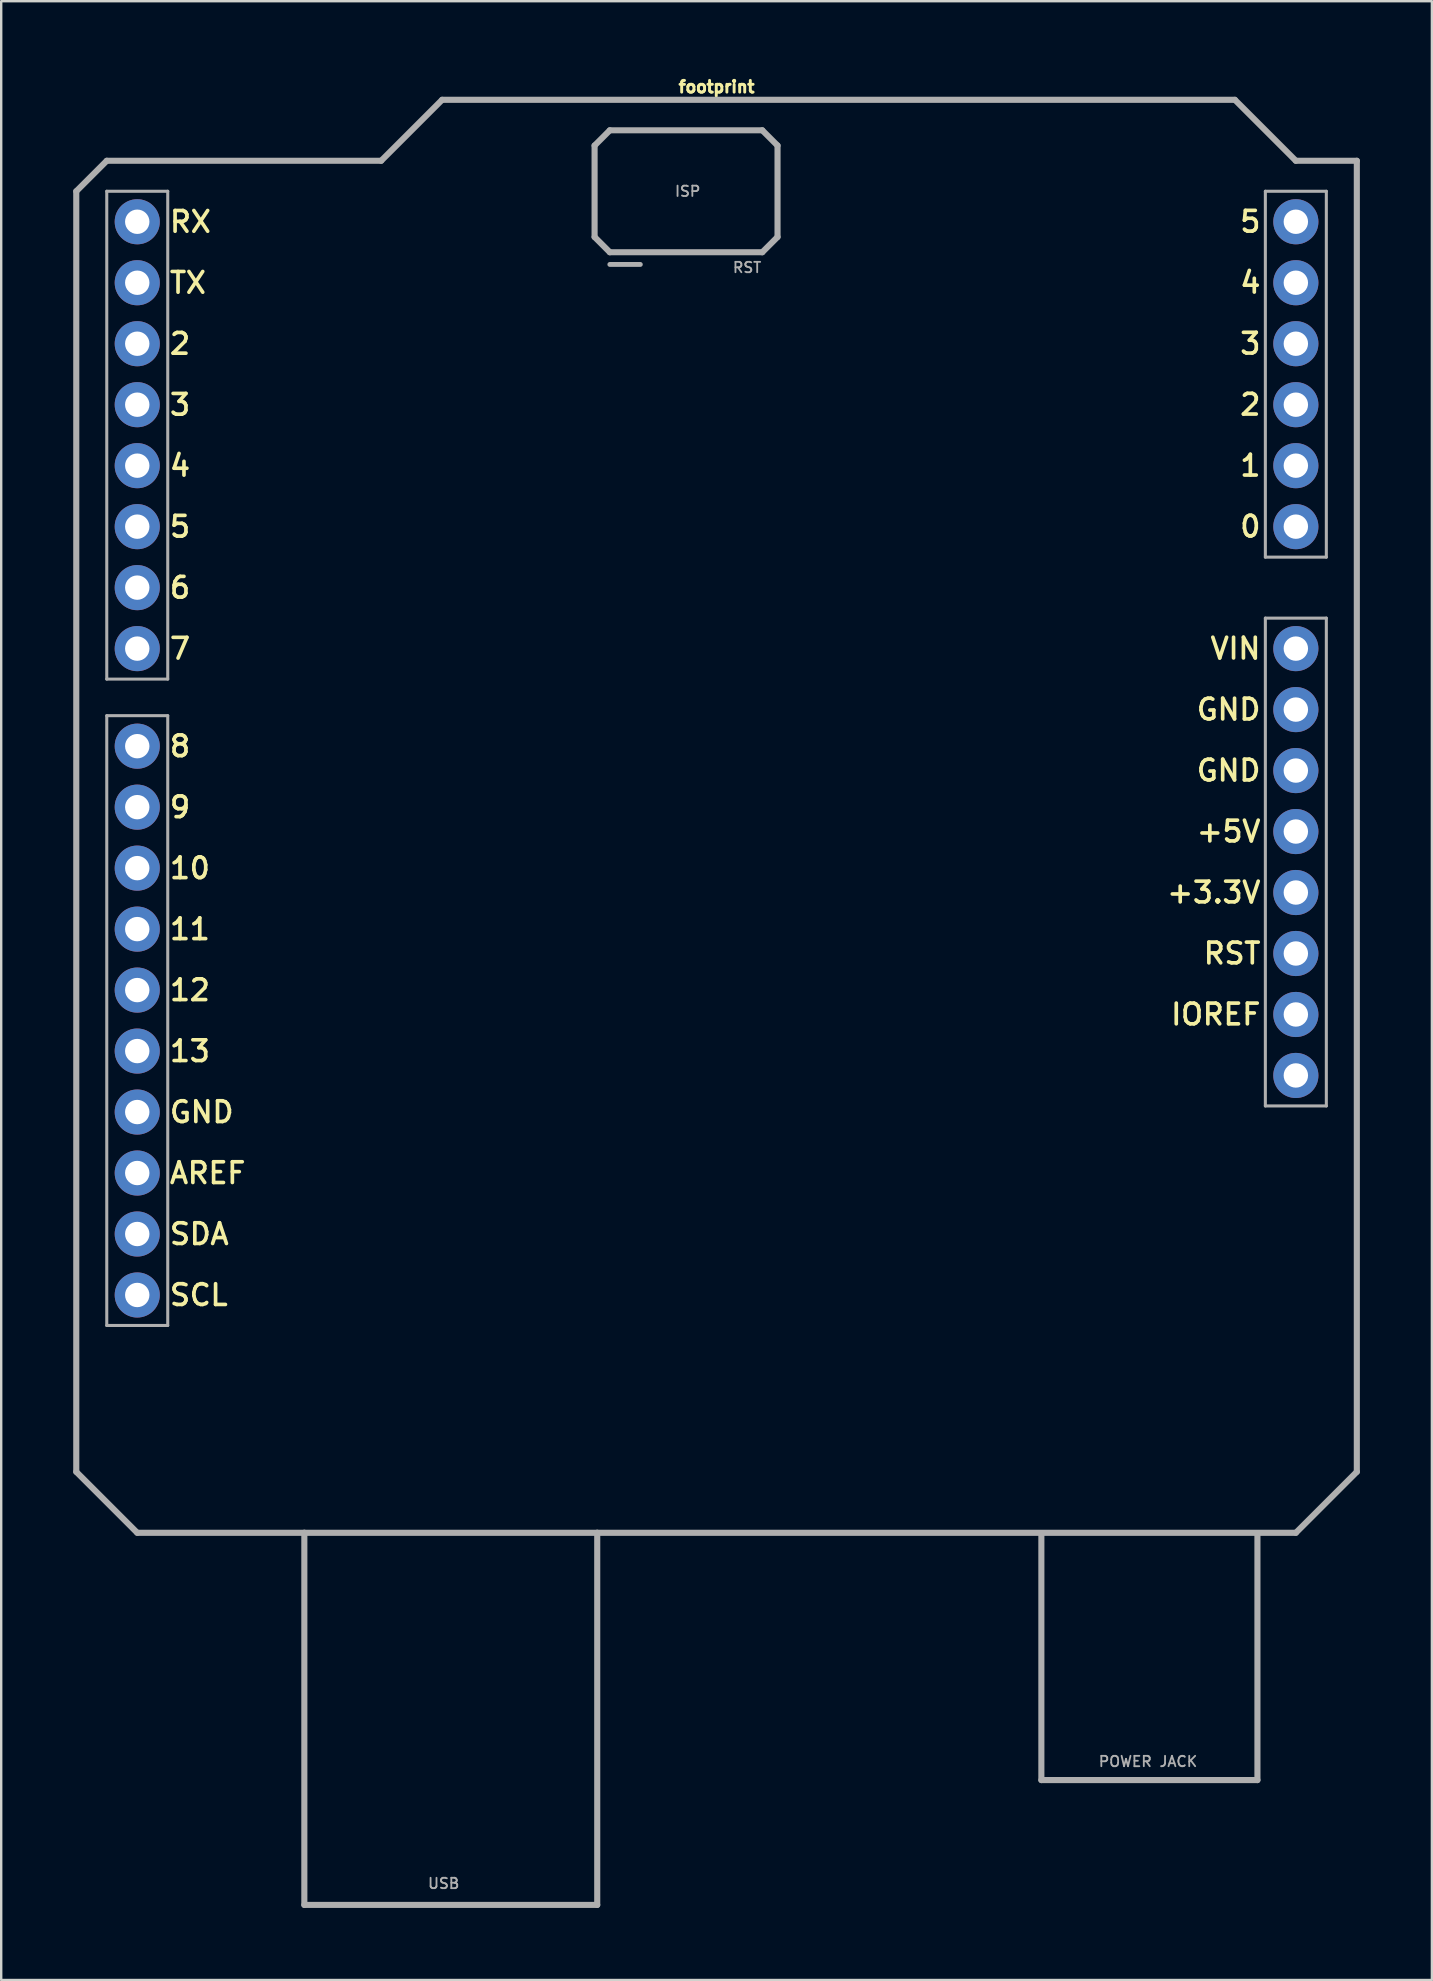
<source format=kicad_pcb>
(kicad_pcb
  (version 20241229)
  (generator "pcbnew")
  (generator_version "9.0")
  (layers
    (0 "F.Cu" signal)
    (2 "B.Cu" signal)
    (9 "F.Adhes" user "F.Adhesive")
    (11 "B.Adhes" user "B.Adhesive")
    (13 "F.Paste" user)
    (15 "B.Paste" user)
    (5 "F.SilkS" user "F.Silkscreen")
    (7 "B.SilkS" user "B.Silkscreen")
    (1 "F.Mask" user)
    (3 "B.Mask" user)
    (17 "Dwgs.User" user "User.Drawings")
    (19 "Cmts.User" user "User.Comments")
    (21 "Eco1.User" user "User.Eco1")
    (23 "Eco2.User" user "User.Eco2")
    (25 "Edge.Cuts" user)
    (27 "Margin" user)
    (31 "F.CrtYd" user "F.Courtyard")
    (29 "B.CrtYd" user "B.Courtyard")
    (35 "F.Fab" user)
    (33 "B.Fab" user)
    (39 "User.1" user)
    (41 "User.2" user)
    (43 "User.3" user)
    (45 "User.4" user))
  (footprint "footprint"
    (layer "F.Cu")
    (at 26.797 31.587)
    (property "Reference" "footprint" (at 0 -30.734 0) (layer "F.SilkS") (effects (font (size 0.488 0.488) (thickness 0.122)) (justify bottom)))
    (fp_line (start -26.67 -26.67) (end -26.67 26.67) (stroke (width 0.254) (type solid)) (layer "F.Fab"))
    (fp_line (start -26.67 26.67) (end -24.13 29.21) (stroke (width 0.254) (type solid)) (layer "F.Fab"))
    (fp_line (start -25.4 -27.94) (end -26.67 -26.67) (stroke (width 0.254) (type solid)) (layer "F.Fab"))
    (fp_line (start -25.4 -26.67) (end -22.86 -26.67) (stroke (width 0.127) (type solid)) (layer "F.Fab"))
    (fp_line (start -25.4 -6.35) (end -25.4 -26.67) (stroke (width 0.127) (type solid)) (layer "F.Fab"))
    (fp_line (start -25.4 -4.826) (end -22.86 -4.826) (stroke (width 0.127) (type solid)) (layer "F.Fab"))
    (fp_line (start -25.4 20.574) (end -25.4 -4.826) (stroke (width 0.127) (type solid)) (layer "F.Fab"))
    (fp_line (start -24.13 29.21) (end -17.17 29.21) (stroke (width 0.254) (type solid)) (layer "F.Fab"))
    (fp_line (start -22.86 -26.67) (end -22.86 -6.35) (stroke (width 0.127) (type solid)) (layer "F.Fab"))
    (fp_line (start -22.86 -6.35) (end -25.4 -6.35) (stroke (width 0.127) (type solid)) (layer "F.Fab"))
    (fp_line (start -22.86 -4.826) (end -22.86 20.574) (stroke (width 0.127) (type solid)) (layer "F.Fab"))
    (fp_line (start -22.86 20.574) (end -25.4 20.574) (stroke (width 0.127) (type solid)) (layer "F.Fab"))
    (fp_line (start -17.17 29.21) (end -4.97 29.21) (stroke (width 0.254) (type solid)) (layer "F.Fab"))
    (fp_line (start -17.17 44.71) (end -17.17 29.21) (stroke (width 0.254) (type solid)) (layer "F.Fab"))
    (fp_line (start -17.17 44.71) (end -4.97 44.71) (stroke (width 0.254) (type solid)) (layer "F.Fab"))
    (fp_line (start -13.97 -27.94) (end -25.4 -27.94) (stroke (width 0.254) (type solid)) (layer "F.Fab"))
    (fp_line (start -11.43 -30.48) (end -13.97 -27.94) (stroke (width 0.254) (type solid)) (layer "F.Fab"))
    (fp_line (start -5.08 -28.575) (end -4.445 -29.21) (stroke (width 0.254) (type solid)) (layer "F.Fab"))
    (fp_line (start -5.08 -24.765) (end -5.08 -28.575) (stroke (width 0.254) (type solid)) (layer "F.Fab"))
    (fp_line (start -4.97 29.21) (end 24.13 29.21) (stroke (width 0.254) (type solid)) (layer "F.Fab"))
    (fp_line (start -4.97 44.71) (end -4.97 29.21) (stroke (width 0.254) (type solid)) (layer "F.Fab"))
    (fp_line (start -4.445 -29.21) (end 1.905 -29.21) (stroke (width 0.254) (type solid)) (layer "F.Fab"))
    (fp_line (start -4.445 -24.13) (end -5.08 -24.765) (stroke (width 0.254) (type solid)) (layer "F.Fab"))
    (fp_line (start -3.175 -23.622) (end -4.445 -23.622) (stroke (width 0.203) (type solid)) (layer "F.Fab"))
    (fp_line (start 1.905 -29.21) (end 2.54 -28.575) (stroke (width 0.254) (type solid)) (layer "F.Fab"))
    (fp_line (start 1.905 -24.13) (end -4.445 -24.13) (stroke (width 0.254) (type solid)) (layer "F.Fab"))
    (fp_line (start 2.54 -28.575) (end 2.54 -24.765) (stroke (width 0.254) (type solid)) (layer "F.Fab"))
    (fp_line (start 2.54 -24.765) (end 1.905 -24.13) (stroke (width 0.254) (type solid)) (layer "F.Fab"))
    (fp_line (start 13.53 39.51) (end 13.53 29.31) (stroke (width 0.254) (type solid)) (layer "F.Fab"))
    (fp_line (start 13.53 39.51) (end 22.53 39.51) (stroke (width 0.254) (type solid)) (layer "F.Fab"))
    (fp_line (start 21.59 -30.48) (end -11.43 -30.48) (stroke (width 0.254) (type solid)) (layer "F.Fab"))
    (fp_line (start 22.53 39.51) (end 22.53 29.31) (stroke (width 0.254) (type solid)) (layer "F.Fab"))
    (fp_line (start 22.86 -26.67) (end 25.4 -26.67) (stroke (width 0.127) (type solid)) (layer "F.Fab"))
    (fp_line (start 22.86 -11.43) (end 22.86 -26.67) (stroke (width 0.127) (type solid)) (layer "F.Fab"))
    (fp_line (start 22.86 -8.89) (end 22.86 11.43) (stroke (width 0.127) (type solid)) (layer "F.Fab"))
    (fp_line (start 22.86 11.43) (end 25.4 11.43) (stroke (width 0.127) (type solid)) (layer "F.Fab"))
    (fp_line (start 24.13 -27.94) (end 21.59 -30.48) (stroke (width 0.254) (type solid)) (layer "F.Fab"))
    (fp_line (start 24.13 29.21) (end 26.67 26.67) (stroke (width 0.254) (type solid)) (layer "F.Fab"))
    (fp_line (start 25.4 -26.67) (end 25.4 -11.43) (stroke (width 0.127) (type solid)) (layer "F.Fab"))
    (fp_line (start 25.4 -11.43) (end 22.86 -11.43) (stroke (width 0.127) (type solid)) (layer "F.Fab"))
    (fp_line (start 25.4 -8.89) (end 22.86 -8.89) (stroke (width 0.127) (type solid)) (layer "F.Fab"))
    (fp_line (start 25.4 11.43) (end 25.4 -8.89) (stroke (width 0.127) (type solid)) (layer "F.Fab"))
    (fp_line (start 26.67 -27.94) (end 24.13 -27.94) (stroke (width 0.254) (type solid)) (layer "F.Fab"))
    (fp_line (start 26.67 26.67) (end 26.67 -27.94) (stroke (width 0.254) (type solid)) (layer "F.Fab"))
    (fp_text user "5" (at 22.746 -25.908 0) (layer "F.SilkS") (effects (font (size 0.864 0.864) (thickness 0.152)) (justify right top)))
    (fp_text user "12" (at -22.86 7.112 0) (layer "F.SilkS") (effects (font (size 0.864 0.864) (thickness 0.152)) (justify left bottom)))
    (fp_text user "SCL" (at -22.86 19.812 0) (layer "F.SilkS") (effects (font (size 0.864 0.864) (thickness 0.152)) (justify left bottom)))
    (fp_text user "5" (at -22.86 -12.192 0) (layer "F.SilkS") (effects (font (size 0.864 0.864) (thickness 0.152)) (justify left bottom)))
    (fp_text user "1" (at 22.746 -15.748 0) (layer "F.SilkS") (effects (font (size 0.864 0.864) (thickness 0.152)) (justify right top)))
    (fp_text user "SDA" (at -22.86 17.272 0) (layer "F.SilkS") (effects (font (size 0.864 0.864) (thickness 0.152)) (justify left bottom)))
    (fp_text user "4" (at -22.86 -14.732 0) (layer "F.SilkS") (effects (font (size 0.864 0.864) (thickness 0.152)) (justify left bottom)))
    (fp_text user "9" (at -22.86 -0.508 0) (layer "F.SilkS") (effects (font (size 0.864 0.864) (thickness 0.152)) (justify left bottom)))
    (fp_text user "7" (at -22.86 -7.112 0) (layer "F.SilkS") (effects (font (size 0.864 0.864) (thickness 0.152)) (justify left bottom)))
    (fp_text user "GND" (at 22.746 -3.048 0) (layer "F.SilkS") (effects (font (size 0.864 0.864) (thickness 0.152)) (justify right top)))
    (fp_text user "3" (at -22.86 -17.272 0) (layer "F.SilkS") (effects (font (size 0.864 0.864) (thickness 0.152)) (justify left bottom)))
    (fp_text user "13" (at -22.86 9.652 0) (layer "F.SilkS") (effects (font (size 0.864 0.864) (thickness 0.152)) (justify left bottom)))
    (fp_text user "RX" (at -22.86 -24.892 0) (layer "F.SilkS") (effects (font (size 0.864 0.864) (thickness 0.152)) (justify left bottom)))
    (fp_text user "0" (at 22.746 -13.208 0) (layer "F.SilkS") (effects (font (size 0.864 0.864) (thickness 0.152)) (justify right top)))
    (fp_text user "TX" (at -22.86 -22.352 0) (layer "F.SilkS") (effects (font (size 0.864 0.864) (thickness 0.152)) (justify left bottom)))
    (fp_text user "10" (at -22.86 2.032 0) (layer "F.SilkS") (effects (font (size 0.864 0.864) (thickness 0.152)) (justify left bottom)))
    (fp_text user "6" (at -22.86 -9.652 0) (layer "F.SilkS") (effects (font (size 0.864 0.864) (thickness 0.152)) (justify left bottom)))
    (fp_text user "3" (at 22.746 -20.828 0) (layer "F.SilkS") (effects (font (size 0.864 0.864) (thickness 0.152)) (justify right top)))
    (fp_text user "2" (at -22.86 -19.812 0) (layer "F.SilkS") (effects (font (size 0.864 0.864) (thickness 0.152)) (justify left bottom)))
    (fp_text user "+3.3V" (at 22.746 2.032 0) (layer "F.SilkS") (effects (font (size 0.864 0.864) (thickness 0.152)) (justify right top)))
    (fp_text user "2" (at 22.746 -18.288 0) (layer "F.SilkS") (effects (font (size 0.864 0.864) (thickness 0.152)) (justify right top)))
    (fp_text user "RST" (at 22.746 4.572 0) (layer "F.SilkS") (effects (font (size 0.864 0.864) (thickness 0.152)) (justify right top)))
    (fp_text user "8" (at -22.86 -3.048 0) (layer "F.SilkS") (effects (font (size 0.864 0.864) (thickness 0.152)) (justify left bottom)))
    (fp_text user "GND" (at 22.746 -5.588 0) (layer "F.SilkS") (effects (font (size 0.864 0.864) (thickness 0.152)) (justify right top)))
    (fp_text user "AREF" (at -22.86 14.732 0) (layer "F.SilkS") (effects (font (size 0.864 0.864) (thickness 0.152)) (justify left bottom)))
    (fp_text user "IOREF" (at 22.746 7.112 0) (layer "F.SilkS") (effects (font (size 0.864 0.864) (thickness 0.152)) (justify right top)))
    (fp_text user "+5V" (at 22.746 -0.508 0) (layer "F.SilkS") (effects (font (size 0.864 0.864) (thickness 0.152)) (justify right top)))
    (fp_text user "4" (at 22.746 -23.368 0) (layer "F.SilkS") (effects (font (size 0.864 0.864) (thickness 0.152)) (justify right top)))
    (fp_text user "GND" (at -22.86 12.192 0) (layer "F.SilkS") (effects (font (size 0.864 0.864) (thickness 0.152)) (justify left bottom)))
    (fp_text user "11" (at -22.86 4.572 0) (layer "F.SilkS") (effects (font (size 0.864 0.864) (thickness 0.152)) (justify left bottom)))
    (fp_text user "VIN" (at 22.746 -8.128 0) (layer "F.SilkS") (effects (font (size 0.864 0.864) (thickness 0.152)) (justify right top)))
    (fp_text user "USB" (at -12.065 44.069 0) (layer "F.Fab") (effects (font (size 0.432 0.432) (thickness 0.076)) (justify left bottom)))
    (fp_text user "ISP" (at -1.778 -26.416 0) (layer "F.Fab") (effects (font (size 0.432 0.432) (thickness 0.076)) (justify left bottom)))
    (fp_text user "RST" (at 0.635 -23.241 0) (layer "F.Fab") (effects (font (size 0.432 0.432) (thickness 0.076)) (justify left bottom)))
    (fp_text user "POWER JACK" (at 15.875 38.989 0) (layer "F.Fab") (effects (font (size 0.432 0.432) (thickness 0.076)) (justify left bottom)))
    (pad "3.3V" thru_hole circle (at 24.13 2.54 90) (size 1.88 1.88) (drill 1.016) (layers "*.Cu" "*.Mask"))
    (pad "5V" thru_hole circle (at 24.13 0 90) (size 1.88 1.88) (drill 1.016) (layers "*.Cu" "*.Mask"))
    (pad "A0" thru_hole circle (at 24.13 -12.7 90) (size 1.88 1.88) (drill 1.016) (layers "*.Cu" "*.Mask"))
    (pad "A1" thru_hole circle (at 24.13 -15.24 90) (size 1.88 1.88) (drill 1.016) (layers "*.Cu" "*.Mask"))
    (pad "A2" thru_hole circle (at 24.13 -17.78 90) (size 1.88 1.88) (drill 1.016) (layers "*.Cu" "*.Mask"))
    (pad "A3" thru_hole circle (at 24.13 -20.32 90) (size 1.88 1.88) (drill 1.016) (layers "*.Cu" "*.Mask"))
    (pad "A4" thru_hole circle (at 24.13 -22.86 90) (size 1.88 1.88) (drill 1.016) (layers "*.Cu" "*.Mask"))
    (pad "A5" thru_hole circle (at 24.13 -25.4 90) (size 1.88 1.88) (drill 1.016) (layers "*.Cu" "*.Mask"))
    (pad "AREF" thru_hole circle (at -24.13 14.224 90) (size 1.88 1.88) (drill 1.016) (layers "*.Cu" "*.Mask"))
    (pad "D2" thru_hole circle (at -24.13 -20.32 90) (size 1.88 1.88) (drill 1.016) (layers "*.Cu" "*.Mask"))
    (pad "D3" thru_hole circle (at -24.13 -17.78 90) (size 1.88 1.88) (drill 1.016) (layers "*.Cu" "*.Mask"))
    (pad "D4" thru_hole circle (at -24.13 -15.24 90) (size 1.88 1.88) (drill 1.016) (layers "*.Cu" "*.Mask"))
    (pad "D5" thru_hole circle (at -24.13 -12.7 90) (size 1.88 1.88) (drill 1.016) (layers "*.Cu" "*.Mask"))
    (pad "D6" thru_hole circle (at -24.13 -10.16 90) (size 1.88 1.88) (drill 1.016) (layers "*.Cu" "*.Mask"))
    (pad "D7" thru_hole circle (at -24.13 -7.62 90) (size 1.88 1.88) (drill 1.016) (layers "*.Cu" "*.Mask"))
    (pad "D8" thru_hole circle (at -24.13 -3.556 90) (size 1.88 1.88) (drill 1.016) (layers "*.Cu" "*.Mask"))
    (pad "D9" thru_hole circle (at -24.13 -1.016 90) (size 1.88 1.88) (drill 1.016) (layers "*.Cu" "*.Mask"))
    (pad "D10" thru_hole circle (at -24.13 1.524 90) (size 1.88 1.88) (drill 1.016) (layers "*.Cu" "*.Mask"))
    (pad "D11" thru_hole circle (at -24.13 4.064 90) (size 1.88 1.88) (drill 1.016) (layers "*.Cu" "*.Mask"))
    (pad "D12" thru_hole circle (at -24.13 6.604 90) (size 1.88 1.88) (drill 1.016) (layers "*.Cu" "*.Mask"))
    (pad "D13" thru_hole circle (at -24.13 9.144 90) (size 1.88 1.88) (drill 1.016) (layers "*.Cu" "*.Mask"))
    (pad "GND@0" thru_hole circle (at 24.13 -2.54 90) (size 1.88 1.88) (drill 1.016) (layers "*.Cu" "*.Mask"))
    (pad "GND@1" thru_hole circle (at 24.13 -5.08 90) (size 1.88 1.88) (drill 1.016) (layers "*.Cu" "*.Mask"))
    (pad "GND@2" thru_hole circle (at -24.13 11.684 90) (size 1.88 1.88) (drill 1.016) (layers "*.Cu" "*.Mask"))
    (pad "IOREF" thru_hole circle (at 24.13 7.62 90) (size 1.88 1.88) (drill 1.016) (layers "*.Cu" "*.Mask"))
    (pad "NC" thru_hole circle (at 24.13 10.16 90) (size 1.88 1.88) (drill 1.016) (layers "*.Cu" "*.Mask"))
    (pad "RES" thru_hole circle (at 24.13 5.08 90) (size 1.88 1.88) (drill 1.016) (layers "*.Cu" "*.Mask"))
    (pad "RX" thru_hole circle (at -24.13 -25.4 90) (size 1.88 1.88) (drill 1.016) (layers "*.Cu" "*.Mask"))
    (pad "SCL" thru_hole circle (at -24.13 19.304 90) (size 1.88 1.88) (drill 1.016) (layers "*.Cu" "*.Mask"))
    (pad "SDA" thru_hole circle (at -24.13 16.764 90) (size 1.88 1.88) (drill 1.016) (layers "*.Cu" "*.Mask"))
    (pad "TX" thru_hole circle (at -24.13 -22.86 90) (size 1.88 1.88) (drill 1.016) (layers "*.Cu" "*.Mask"))
    (pad "VIN" thru_hole circle (at 24.13 -7.62 90) (size 1.88 1.88) (drill 1.016) (layers "*.Cu" "*.Mask")))
  (gr_rect
    (start -3 -3)
    (end 56.594 79.424)
    (stroke (width 0.1) (type default))
    (fill no)
    (layer "Edge.Cuts")))
</source>
